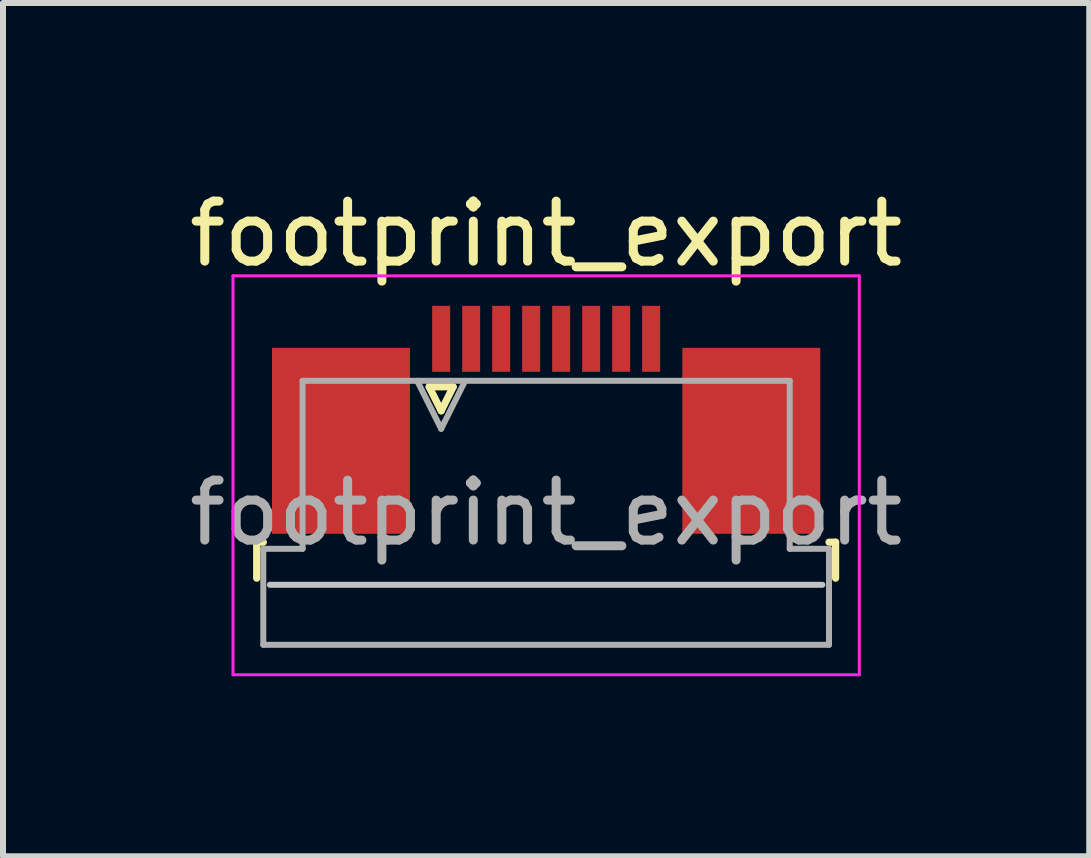
<source format=kicad_pcb>
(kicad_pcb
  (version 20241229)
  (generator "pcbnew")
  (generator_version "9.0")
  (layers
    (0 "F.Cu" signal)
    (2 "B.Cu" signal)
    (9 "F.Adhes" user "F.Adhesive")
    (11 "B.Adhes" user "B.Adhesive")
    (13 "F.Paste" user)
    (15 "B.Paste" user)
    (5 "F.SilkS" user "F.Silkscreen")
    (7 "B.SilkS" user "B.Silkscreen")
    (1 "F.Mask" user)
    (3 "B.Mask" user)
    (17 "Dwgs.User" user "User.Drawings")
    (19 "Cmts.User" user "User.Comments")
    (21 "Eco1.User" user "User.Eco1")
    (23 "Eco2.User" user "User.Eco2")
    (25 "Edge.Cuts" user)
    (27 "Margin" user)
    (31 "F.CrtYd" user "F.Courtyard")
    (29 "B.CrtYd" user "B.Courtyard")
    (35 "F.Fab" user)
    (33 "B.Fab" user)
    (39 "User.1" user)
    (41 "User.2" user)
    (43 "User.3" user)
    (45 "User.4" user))
  (footprint "footprint_export"
    (layer "F.Cu")
    (at 6.054 3.948)
    (property "Reference" "footprint_export" (at 0 -3.1 0) (layer "F.SilkS") (effects (font (size 1 1) (thickness 0.15))))
    (attr smd)
    (fp_line (start -4.825 2.04) (end -4.825 2.64) (stroke (width 0.12) (type solid)) (layer "F.SilkS"))
    (fp_line (start -4.715 2.04) (end -4.825 2.04) (stroke (width 0.12) (type solid)) (layer "F.SilkS"))
    (fp_line (start -1.95 -0.55) (end -1.75 -0.15) (stroke (width 0.12) (type solid)) (layer "F.SilkS"))
    (fp_line (start -1.75 -0.15) (end -1.55 -0.55) (stroke (width 0.12) (type solid)) (layer "F.SilkS"))
    (fp_line (start -1.55 -0.55) (end -1.95 -0.55) (stroke (width 0.12) (type solid)) (layer "F.SilkS"))
    (fp_line (start 4.715 2.04) (end 4.825 2.04) (stroke (width 0.12) (type solid)) (layer "F.SilkS"))
    (fp_line (start 4.825 2.04) (end 4.825 2.64) (stroke (width 0.12) (type solid)) (layer "F.SilkS"))
    (fp_line (start 4.605 2.75) (end -4.605 2.75) (stroke (width 0.1) (type solid)) (layer "Dwgs.User"))
    (fp_line (start -5.22 -2.4) (end -5.22 4.25) (stroke (width 0.05) (type solid)) (layer "F.CrtYd"))
    (fp_line (start -5.22 4.25) (end 5.22 4.25) (stroke (width 0.05) (type solid)) (layer "F.CrtYd"))
    (fp_line (start 5.22 -2.4) (end -5.22 -2.4) (stroke (width 0.05) (type solid)) (layer "F.CrtYd"))
    (fp_line (start 5.22 4.25) (end 5.22 -2.4) (stroke (width 0.05) (type solid)) (layer "F.CrtYd"))
    (fp_line (start -4.715 2.15) (end -4.06 2.15) (stroke (width 0.1) (type solid)) (layer "F.Fab"))
    (fp_line (start -4.715 3.75) (end -4.715 2.15) (stroke (width 0.1) (type solid)) (layer "F.Fab"))
    (fp_line (start -4.06 -0.65) (end 4.06 -0.65) (stroke (width 0.1) (type solid)) (layer "F.Fab"))
    (fp_line (start -4.06 2.15) (end -4.06 -0.65) (stroke (width 0.1) (type solid)) (layer "F.Fab"))
    (fp_line (start -2.15 -0.65) (end -1.75 0.15) (stroke (width 0.1) (type solid)) (layer "F.Fab"))
    (fp_line (start -1.75 0.15) (end -1.35 -0.65) (stroke (width 0.1) (type solid)) (layer "F.Fab"))
    (fp_line (start 4.06 -0.65) (end 4.06 2.15) (stroke (width 0.1) (type solid)) (layer "F.Fab"))
    (fp_line (start 4.06 2.15) (end 4.715 2.15) (stroke (width 0.1) (type solid)) (layer "F.Fab"))
    (fp_line (start 4.715 2.15) (end 4.715 3.75) (stroke (width 0.1) (type solid)) (layer "F.Fab"))
    (fp_line (start 4.715 3.75) (end -4.715 3.75) (stroke (width 0.1) (type solid)) (layer "F.Fab"))
    (fp_text user "${REFERENCE}" (at 0 1.55 0) (layer "F.Fab") (effects (font (size 1 1) (thickness 0.15))))
    (pad "1" smd rect (at -1.75 -1.35) (size 0.3 1.1) (layers "F.Cu" "F.Mask" "F.Paste"))
    (pad "2" smd rect (at -1.25 -1.35) (size 0.3 1.1) (layers "F.Cu" "F.Mask" "F.Paste"))
    (pad "3" smd rect (at -0.75 -1.35) (size 0.3 1.1) (layers "F.Cu" "F.Mask" "F.Paste"))
    (pad "4" smd rect (at -0.25 -1.35) (size 0.3 1.1) (layers "F.Cu" "F.Mask" "F.Paste"))
    (pad "5" smd rect (at 0.25 -1.35) (size 0.3 1.1) (layers "F.Cu" "F.Mask" "F.Paste"))
    (pad "6" smd rect (at 0.75 -1.35) (size 0.3 1.1) (layers "F.Cu" "F.Mask" "F.Paste"))
    (pad "7" smd rect (at 1.25 -1.35) (size 0.3 1.1) (layers "F.Cu" "F.Mask" "F.Paste"))
    (pad "8" smd rect (at 1.75 -1.35) (size 0.3 1.1) (layers "F.Cu" "F.Mask" "F.Paste"))
    (pad "MP" smd rect (at -3.42 0.35) (size 2.3 3.1) (layers "F.Cu" "F.Mask" "F.Paste"))
    (pad "MP" smd rect (at 3.42 0.35) (size 2.3 3.1) (layers "F.Cu" "F.Mask" "F.Paste")))
  (gr_rect
    (start -3 -3)
    (end 15.107 11.223)
    (stroke (width 0.1) (type default))
    (fill no)
    (layer "Edge.Cuts")))
</source>
